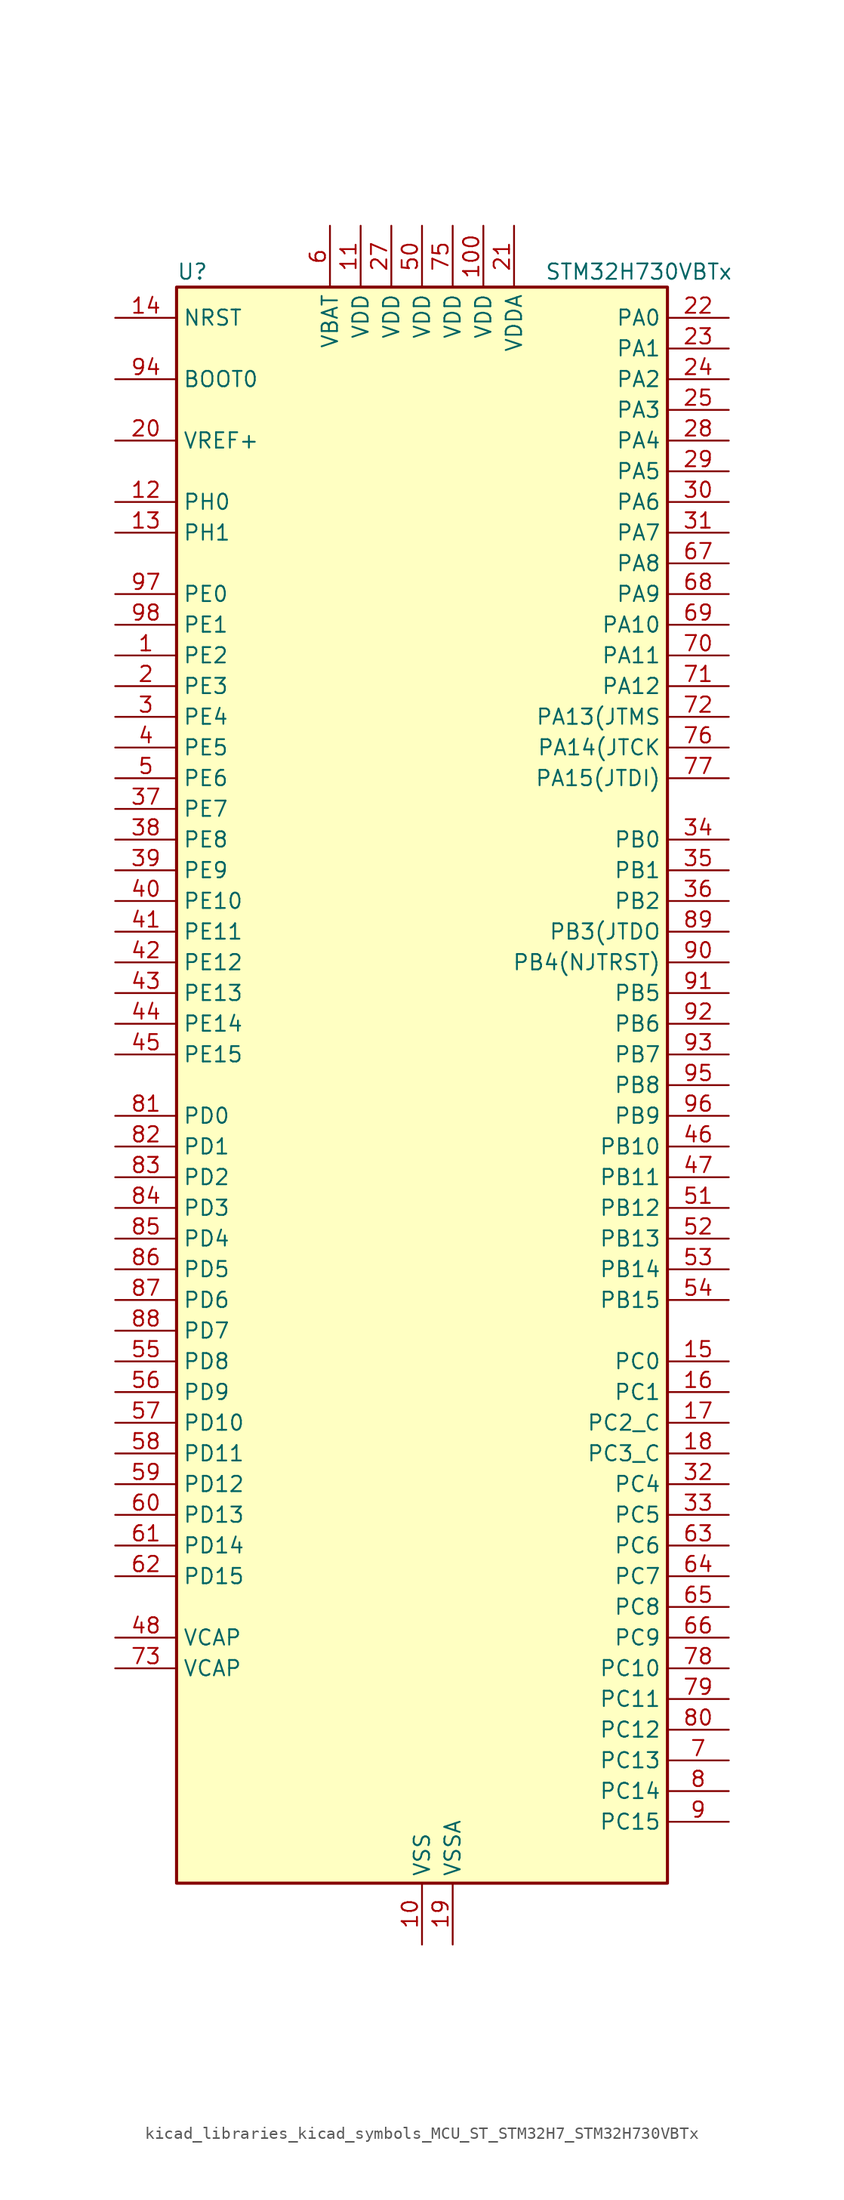
<source format=kicad_sym>
(kicad_symbol_lib
  (version 20220914)
  (generator kicad_symbol_editor)
  (symbol "kicad_libraries_kicad_symbols_MCU_ST_STM32H7_STM32H730VBTx"
    (property "Reference" "U"
      (at -20.32 67.31 0)
      (effects (font (size 1.27 1.27)) (justify left)))
    (property "Value" "STM32H730VBTx"
      (at 10.16 67.31 0)
      (effects (font (size 1.27 1.27)) (justify left)))
    (property "ki_locked" ""
      (at 0 0 0)
      (effects (font (size 1.27 1.27))))
    (symbol "kicad_libraries_kicad_symbols_MCU_ST_STM32H7_STM32H730VBTx_0_1"
      (rectangle (start -20.32 -66.04) (end 20.32 66.04) (stroke (width 0.254) (type default)) (fill (type background))))
    (symbol "kicad_libraries_kicad_symbols_MCU_ST_STM32H7_STM32H730VBTx_1_1"
      (pin bidirectional line (at -25.4 35.56 0) (length 5.08) (name "PE2" (effects (font (size 1.27 1.27)))) (number "1" (effects (font (size 1.27 1.27)))) (alternate "DEBUG_TRACECLK" bidirectional line) (alternate "ETH_TXD3" bidirectional line) (alternate "FMC_A23" bidirectional line) (alternate "OCTOSPIM_P1_IO2" bidirectional line) (alternate "SAI1_CK1" bidirectional line) (alternate "SAI1_MCLK_A" bidirectional line) (alternate "SAI4_CK1" bidirectional line) (alternate "SAI4_MCLK_A" bidirectional line) (alternate "SPI4_SCK" bidirectional line) (alternate "USART10_RX" bidirectional line))
      (pin power_in line (at 0 -71.12 90) (length 5.08) (name "VSS" (effects (font (size 1.27 1.27)))) (number "10" (effects (font (size 1.27 1.27)))))
      (pin power_in line (at 5.08 71.12 270) (length 5.08) (name "VDD" (effects (font (size 1.27 1.27)))) (number "100" (effects (font (size 1.27 1.27)))))
      (pin power_in line (at -5.08 71.12 270) (length 5.08) (name "VDD" (effects (font (size 1.27 1.27)))) (number "11" (effects (font (size 1.27 1.27)))))
      (pin bidirectional line (at -25.4 48.26 0) (length 5.08) (name "PH0" (effects (font (size 1.27 1.27)))) (number "12" (effects (font (size 1.27 1.27)))) (alternate "RCC_OSC_IN" bidirectional line))
      (pin bidirectional line (at -25.4 45.72 0) (length 5.08) (name "PH1" (effects (font (size 1.27 1.27)))) (number "13" (effects (font (size 1.27 1.27)))) (alternate "RCC_OSC_OUT" bidirectional line))
      (pin input line (at -25.4 63.5 0) (length 5.08) (name "NRST" (effects (font (size 1.27 1.27)))) (number "14" (effects (font (size 1.27 1.27)))))
      (pin bidirectional line (at 25.4 -22.86 180) (length 5.08) (name "PC0" (effects (font (size 1.27 1.27)))) (number "15" (effects (font (size 1.27 1.27)))) (alternate "ADC1_INP10" bidirectional line) (alternate "ADC2_INP10" bidirectional line) (alternate "ADC3_INP10" bidirectional line) (alternate "DFSDM1_CKIN0" bidirectional line) (alternate "DFSDM1_DATIN4" bidirectional line) (alternate "FMC_A25" bidirectional line) (alternate "FMC_D12" bidirectional line) (alternate "FMC_DA12" bidirectional line) (alternate "FMC_SDNWE" bidirectional line) (alternate "LTDC_G2" bidirectional line) (alternate "LTDC_R5" bidirectional line) (alternate "SAI4_FS_B" bidirectional line) (alternate "USB_OTG_HS_ULPI_STP" bidirectional line))
      (pin bidirectional line (at 25.4 -25.4 180) (length 5.08) (name "PC1" (effects (font (size 1.27 1.27)))) (number "16" (effects (font (size 1.27 1.27)))) (alternate "ADC1_INN10" bidirectional line) (alternate "ADC1_INP11" bidirectional line) (alternate "ADC2_INN10" bidirectional line) (alternate "ADC2_INP11" bidirectional line) (alternate "ADC3_INN10" bidirectional line) (alternate "ADC3_INP11" bidirectional line) (alternate "DEBUG_TRACED0" bidirectional line) (alternate "DFSDM1_CKIN4" bidirectional line) (alternate "DFSDM1_DATIN0" bidirectional line) (alternate "ETH_MDC" bidirectional line) (alternate "I2S2_SDO" bidirectional line) (alternate "LTDC_G5" bidirectional line) (alternate "MDIOS_MDC" bidirectional line) (alternate "OCTOSPIM_P1_IO4" bidirectional line) (alternate "PWR_WKUP6" bidirectional line) (alternate "RTC_TAMP3" bidirectional line) (alternate "SAI1_D1" bidirectional line) (alternate "SAI1_SD_A" bidirectional line) (alternate "SAI4_D1" bidirectional line) (alternate "SAI4_SD_A" bidirectional line) (alternate "SDMMC2_CK" bidirectional line) (alternate "SPI2_MOSI" bidirectional line))
      (pin bidirectional line (at 25.4 -27.94 180) (length 5.08) (name "PC2_C" (effects (font (size 1.27 1.27)))) (number "17" (effects (font (size 1.27 1.27)))) (alternate "ADC3_INN1" bidirectional line) (alternate "ADC3_INP0" bidirectional line) (alternate "DFSDM1_CKIN1" bidirectional line) (alternate "DFSDM1_CKOUT" bidirectional line) (alternate "ETH_TXD2" bidirectional line) (alternate "FMC_SDNE0" bidirectional line) (alternate "I2S2_SDI" bidirectional line) (alternate "OCTOSPIM_P1_IO2" bidirectional line) (alternate "OCTOSPIM_P1_IO5" bidirectional line) (alternate "PWR_CSTOP" bidirectional line) (alternate "SPI2_MISO" bidirectional line) (alternate "USB_OTG_HS_ULPI_DIR" bidirectional line))
      (pin bidirectional line (at 25.4 -30.48 180) (length 5.08) (name "PC3_C" (effects (font (size 1.27 1.27)))) (number "18" (effects (font (size 1.27 1.27)))) (alternate "ADC3_INP1" bidirectional line) (alternate "DFSDM1_DATIN1" bidirectional line) (alternate "ETH_TX_CLK" bidirectional line) (alternate "FMC_SDCKE0" bidirectional line) (alternate "I2S2_SDO" bidirectional line) (alternate "OCTOSPIM_P1_IO0" bidirectional line) (alternate "OCTOSPIM_P1_IO6" bidirectional line) (alternate "PWR_CSLEEP" bidirectional line) (alternate "SPI2_MOSI" bidirectional line) (alternate "USB_OTG_HS_ULPI_NXT" bidirectional line))
      (pin power_in line (at 2.54 -71.12 90) (length 5.08) (name "VSSA" (effects (font (size 1.27 1.27)))) (number "19" (effects (font (size 1.27 1.27)))))
      (pin bidirectional line (at -25.4 33.02 0) (length 5.08) (name "PE3" (effects (font (size 1.27 1.27)))) (number "2" (effects (font (size 1.27 1.27)))) (alternate "DEBUG_TRACED0" bidirectional line) (alternate "FMC_A19" bidirectional line) (alternate "SAI1_SD_B" bidirectional line) (alternate "SAI4_SD_B" bidirectional line) (alternate "TIM15_BKIN" bidirectional line) (alternate "USART10_TX" bidirectional line))
      (pin input line (at -25.4 53.34 0) (length 5.08) (name "VREF+" (effects (font (size 1.27 1.27)))) (number "20" (effects (font (size 1.27 1.27)))) (alternate "VREFBUF_OUT" bidirectional line))
      (pin power_in line (at 7.62 71.12 270) (length 5.08) (name "VDDA" (effects (font (size 1.27 1.27)))) (number "21" (effects (font (size 1.27 1.27)))))
      (pin bidirectional line (at 25.4 63.5 180) (length 5.08) (name "PA0" (effects (font (size 1.27 1.27)))) (number "22" (effects (font (size 1.27 1.27)))) (alternate "ADC1_INP16" bidirectional line) (alternate "ETH_CRS" bidirectional line) (alternate "FMC_A19" bidirectional line) (alternate "I2S6_WS" bidirectional line) (alternate "PWR_WKUP1" bidirectional line) (alternate "SAI4_SD_B" bidirectional line) (alternate "SDMMC2_CMD" bidirectional line) (alternate "SPI6_NSS" bidirectional line) (alternate "TIM15_BKIN" bidirectional line) (alternate "TIM2_CH1" bidirectional line) (alternate "TIM2_ETR" bidirectional line) (alternate "TIM5_CH1" bidirectional line) (alternate "TIM8_ETR" bidirectional line) (alternate "UART4_TX" bidirectional line) (alternate "USART2_CTS" bidirectional line) (alternate "USART2_NSS" bidirectional line))
      (pin bidirectional line (at 25.4 60.96 180) (length 5.08) (name "PA1" (effects (font (size 1.27 1.27)))) (number "23" (effects (font (size 1.27 1.27)))) (alternate "ADC1_INN16" bidirectional line) (alternate "ADC1_INP17" bidirectional line) (alternate "ETH_REF_CLK" bidirectional line) (alternate "ETH_RX_CLK" bidirectional line) (alternate "LPTIM3_OUT" bidirectional line) (alternate "LTDC_R2" bidirectional line) (alternate "OCTOSPIM_P1_DQS" bidirectional line) (alternate "OCTOSPIM_P1_IO3" bidirectional line) (alternate "SAI4_MCLK_B" bidirectional line) (alternate "TIM15_CH1N" bidirectional line) (alternate "TIM2_CH2" bidirectional line) (alternate "TIM5_CH2" bidirectional line) (alternate "UART4_RX" bidirectional line) (alternate "USART2_DE" bidirectional line) (alternate "USART2_RTS" bidirectional line))
      (pin bidirectional line (at 25.4 58.42 180) (length 5.08) (name "PA2" (effects (font (size 1.27 1.27)))) (number "24" (effects (font (size 1.27 1.27)))) (alternate "ADC1_INP14" bidirectional line) (alternate "ADC2_INP14" bidirectional line) (alternate "ETH_MDIO" bidirectional line) (alternate "LPTIM4_OUT" bidirectional line) (alternate "LTDC_R1" bidirectional line) (alternate "MDIOS_MDIO" bidirectional line) (alternate "OCTOSPIM_P1_IO0" bidirectional line) (alternate "PWR_WKUP2" bidirectional line) (alternate "SAI4_SCK_B" bidirectional line) (alternate "TIM15_CH1" bidirectional line) (alternate "TIM2_CH3" bidirectional line) (alternate "TIM5_CH3" bidirectional line) (alternate "USART2_TX" bidirectional line))
      (pin bidirectional line (at 25.4 55.88 180) (length 5.08) (name "PA3" (effects (font (size 1.27 1.27)))) (number "25" (effects (font (size 1.27 1.27)))) (alternate "ADC1_INP15" bidirectional line) (alternate "ADC2_INP15" bidirectional line) (alternate "ETH_COL" bidirectional line) (alternate "I2S6_MCK" bidirectional line) (alternate "LPTIM5_OUT" bidirectional line) (alternate "LTDC_B2" bidirectional line) (alternate "LTDC_B5" bidirectional line) (alternate "OCTOSPIM_P1_CLK" bidirectional line) (alternate "OCTOSPIM_P1_IO2" bidirectional line) (alternate "TIM15_CH2" bidirectional line) (alternate "TIM2_CH4" bidirectional line) (alternate "TIM5_CH4" bidirectional line) (alternate "USART2_RX" bidirectional line) (alternate "USB_OTG_HS_ULPI_D0" bidirectional line))
      (pin passive line (at 0 -71.12 90) (length 5.08) hide (name "VSS" (effects (font (size 1.27 1.27)))) (number "26" (effects (font (size 1.27 1.27)))))
      (pin power_in line (at -2.54 71.12 270) (length 5.08) (name "VDD" (effects (font (size 1.27 1.27)))) (number "27" (effects (font (size 1.27 1.27)))))
      (pin bidirectional line (at 25.4 53.34 180) (length 5.08) (name "PA4" (effects (font (size 1.27 1.27)))) (number "28" (effects (font (size 1.27 1.27)))) (alternate "ADC1_INP18" bidirectional line) (alternate "ADC2_INP18" bidirectional line) (alternate "DAC1_OUT1" bidirectional line) (alternate "DCMI_HSYNC" bidirectional line) (alternate "FMC_D8" bidirectional line) (alternate "FMC_DA8" bidirectional line) (alternate "I2S1_WS" bidirectional line) (alternate "I2S3_WS" bidirectional line) (alternate "I2S6_WS" bidirectional line) (alternate "LTDC_VSYNC" bidirectional line) (alternate "PSSI_DE" bidirectional line) (alternate "SPI1_NSS" bidirectional line) (alternate "SPI3_NSS" bidirectional line) (alternate "SPI6_NSS" bidirectional line) (alternate "TIM5_ETR" bidirectional line) (alternate "USART2_CK" bidirectional line))
      (pin bidirectional line (at 25.4 50.8 180) (length 5.08) (name "PA5" (effects (font (size 1.27 1.27)))) (number "29" (effects (font (size 1.27 1.27)))) (alternate "ADC1_INN18" bidirectional line) (alternate "ADC1_INP19" bidirectional line) (alternate "ADC2_INN18" bidirectional line) (alternate "ADC2_INP19" bidirectional line) (alternate "DAC1_OUT2" bidirectional line) (alternate "FMC_D9" bidirectional line) (alternate "FMC_DA9" bidirectional line) (alternate "I2S1_CK" bidirectional line) (alternate "I2S6_CK" bidirectional line) (alternate "LTDC_R4" bidirectional line) (alternate "PSSI_D14" bidirectional line) (alternate "PWR_NDSTOP2" bidirectional line) (alternate "SPI1_SCK" bidirectional line) (alternate "SPI6_SCK" bidirectional line) (alternate "TIM2_CH1" bidirectional line) (alternate "TIM2_ETR" bidirectional line) (alternate "TIM8_CH1N" bidirectional line) (alternate "USB_OTG_HS_ULPI_CK" bidirectional line))
      (pin bidirectional line (at -25.4 30.48 0) (length 5.08) (name "PE4" (effects (font (size 1.27 1.27)))) (number "3" (effects (font (size 1.27 1.27)))) (alternate "DCMI_D4" bidirectional line) (alternate "DEBUG_TRACED1" bidirectional line) (alternate "DFSDM1_DATIN3" bidirectional line) (alternate "FMC_A20" bidirectional line) (alternate "LTDC_B0" bidirectional line) (alternate "PSSI_D4" bidirectional line) (alternate "SAI1_D2" bidirectional line) (alternate "SAI1_FS_A" bidirectional line) (alternate "SAI4_D2" bidirectional line) (alternate "SAI4_FS_A" bidirectional line) (alternate "SPI4_NSS" bidirectional line) (alternate "TIM15_CH1N" bidirectional line))
      (pin bidirectional line (at 25.4 48.26 180) (length 5.08) (name "PA6" (effects (font (size 1.27 1.27)))) (number "30" (effects (font (size 1.27 1.27)))) (alternate "ADC1_INP3" bidirectional line) (alternate "ADC2_INP3" bidirectional line) (alternate "DCMI_PIXCLK" bidirectional line) (alternate "I2S1_SDI" bidirectional line) (alternate "I2S6_SDI" bidirectional line) (alternate "LTDC_G2" bidirectional line) (alternate "MDIOS_MDC" bidirectional line) (alternate "OCTOSPIM_P1_IO3" bidirectional line) (alternate "PSSI_PDCK" bidirectional line) (alternate "SPI1_MISO" bidirectional line) (alternate "SPI6_MISO" bidirectional line) (alternate "TIM13_CH1" bidirectional line) (alternate "TIM1_BKIN" bidirectional line) (alternate "TIM1_BKIN_COMP1" bidirectional line) (alternate "TIM1_BKIN_COMP2" bidirectional line) (alternate "TIM3_CH1" bidirectional line) (alternate "TIM8_BKIN" bidirectional line) (alternate "TIM8_BKIN_COMP1" bidirectional line) (alternate "TIM8_BKIN_COMP2" bidirectional line))
      (pin bidirectional line (at 25.4 45.72 180) (length 5.08) (name "PA7" (effects (font (size 1.27 1.27)))) (number "31" (effects (font (size 1.27 1.27)))) (alternate "ADC1_INN3" bidirectional line) (alternate "ADC1_INP7" bidirectional line) (alternate "ADC2_INN3" bidirectional line) (alternate "ADC2_INP7" bidirectional line) (alternate "ETH_CRS_DV" bidirectional line) (alternate "ETH_RX_DV" bidirectional line) (alternate "FMC_SDNWE" bidirectional line) (alternate "I2S1_SDO" bidirectional line) (alternate "I2S6_SDO" bidirectional line) (alternate "LTDC_VSYNC" bidirectional line) (alternate "OCTOSPIM_P1_IO2" bidirectional line) (alternate "OPAMP1_VINM" bidirectional line) (alternate "SPI1_MOSI" bidirectional line) (alternate "SPI6_MOSI" bidirectional line) (alternate "TIM14_CH1" bidirectional line) (alternate "TIM1_CH1N" bidirectional line) (alternate "TIM3_CH2" bidirectional line) (alternate "TIM8_CH1N" bidirectional line))
      (pin bidirectional line (at 25.4 -33.02 180) (length 5.08) (name "PC4" (effects (font (size 1.27 1.27)))) (number "32" (effects (font (size 1.27 1.27)))) (alternate "ADC1_INP4" bidirectional line) (alternate "ADC2_INP4" bidirectional line) (alternate "COMP1_INM" bidirectional line) (alternate "DFSDM1_CKIN2" bidirectional line) (alternate "ETH_RXD0" bidirectional line) (alternate "FMC_A22" bidirectional line) (alternate "FMC_SDNE0" bidirectional line) (alternate "I2S1_MCK" bidirectional line) (alternate "LTDC_R7" bidirectional line) (alternate "OPAMP1_VOUT" bidirectional line) (alternate "SDMMC2_CKIN" bidirectional line) (alternate "SPDIFRX1_IN2" bidirectional line))
      (pin bidirectional line (at 25.4 -35.56 180) (length 5.08) (name "PC5" (effects (font (size 1.27 1.27)))) (number "33" (effects (font (size 1.27 1.27)))) (alternate "ADC1_INN4" bidirectional line) (alternate "ADC1_INP8" bidirectional line) (alternate "ADC2_INN4" bidirectional line) (alternate "ADC2_INP8" bidirectional line) (alternate "COMP1_OUT" bidirectional line) (alternate "DFSDM1_DATIN2" bidirectional line) (alternate "ETH_RXD1" bidirectional line) (alternate "FMC_SDCKE0" bidirectional line) (alternate "LTDC_DE" bidirectional line) (alternate "OCTOSPIM_P1_DQS" bidirectional line) (alternate "OPAMP1_VINM" bidirectional line) (alternate "PSSI_D15" bidirectional line) (alternate "SAI1_D3" bidirectional line) (alternate "SAI4_D3" bidirectional line) (alternate "SPDIFRX1_IN3" bidirectional line))
      (pin bidirectional line (at 25.4 20.32 180) (length 5.08) (name "PB0" (effects (font (size 1.27 1.27)))) (number "34" (effects (font (size 1.27 1.27)))) (alternate "ADC1_INN5" bidirectional line) (alternate "ADC1_INP9" bidirectional line) (alternate "ADC2_INN5" bidirectional line) (alternate "ADC2_INP9" bidirectional line) (alternate "COMP1_INP" bidirectional line) (alternate "DFSDM1_CKOUT" bidirectional line) (alternate "ETH_RXD2" bidirectional line) (alternate "LTDC_G1" bidirectional line) (alternate "LTDC_R3" bidirectional line) (alternate "OCTOSPIM_P1_IO1" bidirectional line) (alternate "OPAMP1_VINP" bidirectional line) (alternate "TIM1_CH2N" bidirectional line) (alternate "TIM3_CH3" bidirectional line) (alternate "TIM8_CH2N" bidirectional line) (alternate "UART4_CTS" bidirectional line) (alternate "USB_OTG_HS_ULPI_D1" bidirectional line))
      (pin bidirectional line (at 25.4 17.78 180) (length 5.08) (name "PB1" (effects (font (size 1.27 1.27)))) (number "35" (effects (font (size 1.27 1.27)))) (alternate "ADC1_INP5" bidirectional line) (alternate "ADC2_INP5" bidirectional line) (alternate "COMP1_INM" bidirectional line) (alternate "DFSDM1_DATIN1" bidirectional line) (alternate "ETH_RXD3" bidirectional line) (alternate "LTDC_G0" bidirectional line) (alternate "LTDC_R6" bidirectional line) (alternate "OCTOSPIM_P1_IO0" bidirectional line) (alternate "TIM1_CH3N" bidirectional line) (alternate "TIM3_CH4" bidirectional line) (alternate "TIM8_CH3N" bidirectional line) (alternate "USB_OTG_HS_ULPI_D2" bidirectional line))
      (pin bidirectional line (at 25.4 15.24 180) (length 5.08) (name "PB2" (effects (font (size 1.27 1.27)))) (number "36" (effects (font (size 1.27 1.27)))) (alternate "COMP1_INP" bidirectional line) (alternate "DFSDM1_CKIN1" bidirectional line) (alternate "ETH_TX_ER" bidirectional line) (alternate "I2S3_SDO" bidirectional line) (alternate "OCTOSPIM_P1_CLK" bidirectional line) (alternate "OCTOSPIM_P1_DQS" bidirectional line) (alternate "RTC_OUT_ALARM" bidirectional line) (alternate "RTC_OUT_CALIB" bidirectional line) (alternate "SAI1_D1" bidirectional line) (alternate "SAI1_SD_A" bidirectional line) (alternate "SAI4_D1" bidirectional line) (alternate "SAI4_SD_A" bidirectional line) (alternate "SPI3_MOSI" bidirectional line) (alternate "TIM23_ETR" bidirectional line))
      (pin bidirectional line (at -25.4 22.86 0) (length 5.08) (name "PE7" (effects (font (size 1.27 1.27)))) (number "37" (effects (font (size 1.27 1.27)))) (alternate "COMP2_INM" bidirectional line) (alternate "DFSDM1_DATIN2" bidirectional line) (alternate "FMC_D4" bidirectional line) (alternate "FMC_DA4" bidirectional line) (alternate "OCTOSPIM_P1_IO4" bidirectional line) (alternate "OPAMP2_VOUT" bidirectional line) (alternate "TIM1_ETR" bidirectional line) (alternate "UART7_RX" bidirectional line))
      (pin bidirectional line (at -25.4 20.32 0) (length 5.08) (name "PE8" (effects (font (size 1.27 1.27)))) (number "38" (effects (font (size 1.27 1.27)))) (alternate "COMP2_OUT" bidirectional line) (alternate "DFSDM1_CKIN2" bidirectional line) (alternate "FMC_D5" bidirectional line) (alternate "FMC_DA5" bidirectional line) (alternate "OCTOSPIM_P1_IO5" bidirectional line) (alternate "OPAMP2_VINM" bidirectional line) (alternate "TIM1_CH1N" bidirectional line) (alternate "UART7_TX" bidirectional line))
      (pin bidirectional line (at -25.4 17.78 0) (length 5.08) (name "PE9" (effects (font (size 1.27 1.27)))) (number "39" (effects (font (size 1.27 1.27)))) (alternate "COMP2_INP" bidirectional line) (alternate "DAC1_EXTI9" bidirectional line) (alternate "DFSDM1_CKOUT" bidirectional line) (alternate "FMC_D6" bidirectional line) (alternate "FMC_DA6" bidirectional line) (alternate "OCTOSPIM_P1_IO6" bidirectional line) (alternate "OPAMP2_VINP" bidirectional line) (alternate "TIM1_CH1" bidirectional line) (alternate "UART7_DE" bidirectional line) (alternate "UART7_RTS" bidirectional line))
      (pin bidirectional line (at -25.4 27.94 0) (length 5.08) (name "PE5" (effects (font (size 1.27 1.27)))) (number "4" (effects (font (size 1.27 1.27)))) (alternate "DCMI_D6" bidirectional line) (alternate "DEBUG_TRACED2" bidirectional line) (alternate "DFSDM1_CKIN3" bidirectional line) (alternate "FMC_A21" bidirectional line) (alternate "LTDC_G0" bidirectional line) (alternate "PSSI_D6" bidirectional line) (alternate "SAI1_CK2" bidirectional line) (alternate "SAI1_SCK_A" bidirectional line) (alternate "SAI4_CK2" bidirectional line) (alternate "SAI4_SCK_A" bidirectional line) (alternate "SPI4_MISO" bidirectional line) (alternate "TIM15_CH1" bidirectional line))
      (pin bidirectional line (at -25.4 15.24 0) (length 5.08) (name "PE10" (effects (font (size 1.27 1.27)))) (number "40" (effects (font (size 1.27 1.27)))) (alternate "COMP2_INM" bidirectional line) (alternate "DFSDM1_DATIN4" bidirectional line) (alternate "FMC_D7" bidirectional line) (alternate "FMC_DA7" bidirectional line) (alternate "OCTOSPIM_P1_IO7" bidirectional line) (alternate "TIM1_CH2N" bidirectional line) (alternate "UART7_CTS" bidirectional line))
      (pin bidirectional line (at -25.4 12.7 0) (length 5.08) (name "PE11" (effects (font (size 1.27 1.27)))) (number "41" (effects (font (size 1.27 1.27)))) (alternate "ADC1_EXTI11" bidirectional line) (alternate "ADC2_EXTI11" bidirectional line) (alternate "ADC3_EXTI11" bidirectional line) (alternate "COMP2_INP" bidirectional line) (alternate "DFSDM1_CKIN4" bidirectional line) (alternate "FMC_D8" bidirectional line) (alternate "FMC_DA8" bidirectional line) (alternate "LTDC_G3" bidirectional line) (alternate "OCTOSPIM_P1_NCS" bidirectional line) (alternate "SAI4_SD_B" bidirectional line) (alternate "SPI4_NSS" bidirectional line) (alternate "TIM1_CH2" bidirectional line))
      (pin bidirectional line (at -25.4 10.16 0) (length 5.08) (name "PE12" (effects (font (size 1.27 1.27)))) (number "42" (effects (font (size 1.27 1.27)))) (alternate "COMP1_OUT" bidirectional line) (alternate "DFSDM1_DATIN5" bidirectional line) (alternate "FMC_D9" bidirectional line) (alternate "FMC_DA9" bidirectional line) (alternate "LTDC_B4" bidirectional line) (alternate "SAI4_SCK_B" bidirectional line) (alternate "SPI4_SCK" bidirectional line) (alternate "TIM1_CH3N" bidirectional line))
      (pin bidirectional line (at -25.4 7.62 0) (length 5.08) (name "PE13" (effects (font (size 1.27 1.27)))) (number "43" (effects (font (size 1.27 1.27)))) (alternate "COMP2_OUT" bidirectional line) (alternate "DFSDM1_CKIN5" bidirectional line) (alternate "FMC_D10" bidirectional line) (alternate "FMC_DA10" bidirectional line) (alternate "LTDC_DE" bidirectional line) (alternate "SAI4_FS_B" bidirectional line) (alternate "SPI4_MISO" bidirectional line) (alternate "TIM1_CH3" bidirectional line))
      (pin bidirectional line (at -25.4 5.08 0) (length 5.08) (name "PE14" (effects (font (size 1.27 1.27)))) (number "44" (effects (font (size 1.27 1.27)))) (alternate "FMC_D11" bidirectional line) (alternate "FMC_DA11" bidirectional line) (alternate "LTDC_CLK" bidirectional line) (alternate "SAI4_MCLK_B" bidirectional line) (alternate "SPI4_MOSI" bidirectional line) (alternate "TIM1_CH4" bidirectional line))
      (pin bidirectional line (at -25.4 2.54 0) (length 5.08) (name "PE15" (effects (font (size 1.27 1.27)))) (number "45" (effects (font (size 1.27 1.27)))) (alternate "ADC1_EXTI15" bidirectional line) (alternate "ADC2_EXTI15" bidirectional line) (alternate "ADC3_EXTI15" bidirectional line) (alternate "FMC_D12" bidirectional line) (alternate "FMC_DA12" bidirectional line) (alternate "LTDC_R7" bidirectional line) (alternate "TIM1_BKIN" bidirectional line) (alternate "TIM1_BKIN_COMP1" bidirectional line) (alternate "TIM1_BKIN_COMP2" bidirectional line) (alternate "USART10_CK" bidirectional line))
      (pin bidirectional line (at 25.4 -5.08 180) (length 5.08) (name "PB10" (effects (font (size 1.27 1.27)))) (number "46" (effects (font (size 1.27 1.27)))) (alternate "DFSDM1_DATIN7" bidirectional line) (alternate "ETH_RX_ER" bidirectional line) (alternate "I2C2_SCL" bidirectional line) (alternate "I2S2_CK" bidirectional line) (alternate "LPTIM2_IN1" bidirectional line) (alternate "LTDC_G4" bidirectional line) (alternate "OCTOSPIM_P1_NCS" bidirectional line) (alternate "SPI2_SCK" bidirectional line) (alternate "TIM2_CH3" bidirectional line) (alternate "USART3_TX" bidirectional line) (alternate "USB_OTG_HS_ULPI_D3" bidirectional line))
      (pin bidirectional line (at 25.4 -7.62 180) (length 5.08) (name "PB11" (effects (font (size 1.27 1.27)))) (number "47" (effects (font (size 1.27 1.27)))) (alternate "ADC1_EXTI11" bidirectional line) (alternate "ADC2_EXTI11" bidirectional line) (alternate "ADC3_EXTI11" bidirectional line) (alternate "DFSDM1_CKIN7" bidirectional line) (alternate "ETH_TX_EN" bidirectional line) (alternate "I2C2_SDA" bidirectional line) (alternate "LPTIM2_ETR" bidirectional line) (alternate "LTDC_G5" bidirectional line) (alternate "TIM2_CH4" bidirectional line) (alternate "USART3_RX" bidirectional line) (alternate "USB_OTG_HS_ULPI_D4" bidirectional line))
      (pin power_out line (at -25.4 -45.72 0) (length 5.08) (name "VCAP" (effects (font (size 1.27 1.27)))) (number "48" (effects (font (size 1.27 1.27)))))
      (pin passive line (at 0 -71.12 90) (length 5.08) hide (name "VSS" (effects (font (size 1.27 1.27)))) (number "49" (effects (font (size 1.27 1.27)))))
      (pin bidirectional line (at -25.4 25.4 0) (length 5.08) (name "PE6" (effects (font (size 1.27 1.27)))) (number "5" (effects (font (size 1.27 1.27)))) (alternate "DCMI_D7" bidirectional line) (alternate "DEBUG_TRACED3" bidirectional line) (alternate "FMC_A22" bidirectional line) (alternate "LTDC_G1" bidirectional line) (alternate "PSSI_D7" bidirectional line) (alternate "SAI1_D1" bidirectional line) (alternate "SAI1_SD_A" bidirectional line) (alternate "SAI4_D1" bidirectional line) (alternate "SAI4_MCLK_B" bidirectional line) (alternate "SAI4_SD_A" bidirectional line) (alternate "SPI4_MOSI" bidirectional line) (alternate "TIM15_CH2" bidirectional line) (alternate "TIM1_BKIN2" bidirectional line) (alternate "TIM1_BKIN2_COMP1" bidirectional line) (alternate "TIM1_BKIN2_COMP2" bidirectional line))
      (pin power_in line (at 0 71.12 270) (length 5.08) (name "VDD" (effects (font (size 1.27 1.27)))) (number "50" (effects (font (size 1.27 1.27)))))
      (pin bidirectional line (at 25.4 -10.16 180) (length 5.08) (name "PB12" (effects (font (size 1.27 1.27)))) (number "51" (effects (font (size 1.27 1.27)))) (alternate "DFSDM1_DATIN1" bidirectional line) (alternate "ETH_TXD0" bidirectional line) (alternate "FDCAN2_RX" bidirectional line) (alternate "I2C2_SMBA" bidirectional line) (alternate "I2S2_WS" bidirectional line) (alternate "OCTOSPIM_P1_IO0" bidirectional line) (alternate "OCTOSPIM_P1_NCLK" bidirectional line) (alternate "SPI2_NSS" bidirectional line) (alternate "TIM1_BKIN" bidirectional line) (alternate "TIM1_BKIN_COMP1" bidirectional line) (alternate "TIM1_BKIN_COMP2" bidirectional line) (alternate "UART5_RX" bidirectional line) (alternate "USART3_CK" bidirectional line) (alternate "USB_OTG_HS_ULPI_D5" bidirectional line))
      (pin bidirectional line (at 25.4 -12.7 180) (length 5.08) (name "PB13" (effects (font (size 1.27 1.27)))) (number "52" (effects (font (size 1.27 1.27)))) (alternate "DCMI_D2" bidirectional line) (alternate "DFSDM1_CKIN1" bidirectional line) (alternate "ETH_TXD1" bidirectional line) (alternate "FDCAN2_TX" bidirectional line) (alternate "I2S2_CK" bidirectional line) (alternate "LPTIM2_OUT" bidirectional line) (alternate "OCTOSPIM_P1_IO2" bidirectional line) (alternate "PSSI_D2" bidirectional line) (alternate "SDMMC1_D0" bidirectional line) (alternate "SPI2_SCK" bidirectional line) (alternate "TIM1_CH1N" bidirectional line) (alternate "UART5_TX" bidirectional line) (alternate "USART3_CTS" bidirectional line) (alternate "USART3_NSS" bidirectional line) (alternate "USB_OTG_HS_ULPI_D6" bidirectional line))
      (pin bidirectional line (at 25.4 -15.24 180) (length 5.08) (name "PB14" (effects (font (size 1.27 1.27)))) (number "53" (effects (font (size 1.27 1.27)))) (alternate "DFSDM1_DATIN2" bidirectional line) (alternate "FMC_D10" bidirectional line) (alternate "FMC_DA10" bidirectional line) (alternate "I2S2_SDI" bidirectional line) (alternate "LTDC_CLK" bidirectional line) (alternate "SDMMC2_D0" bidirectional line) (alternate "SPI2_MISO" bidirectional line) (alternate "TIM12_CH1" bidirectional line) (alternate "TIM1_CH2N" bidirectional line) (alternate "TIM8_CH2N" bidirectional line) (alternate "UART4_DE" bidirectional line) (alternate "UART4_RTS" bidirectional line) (alternate "USART1_TX" bidirectional line) (alternate "USART3_DE" bidirectional line) (alternate "USART3_RTS" bidirectional line))
      (pin bidirectional line (at 25.4 -17.78 180) (length 5.08) (name "PB15" (effects (font (size 1.27 1.27)))) (number "54" (effects (font (size 1.27 1.27)))) (alternate "ADC1_EXTI15" bidirectional line) (alternate "ADC2_EXTI15" bidirectional line) (alternate "ADC3_EXTI15" bidirectional line) (alternate "DFSDM1_CKIN2" bidirectional line) (alternate "FMC_D11" bidirectional line) (alternate "FMC_DA11" bidirectional line) (alternate "I2S2_SDO" bidirectional line) (alternate "LTDC_G7" bidirectional line) (alternate "RTC_REFIN" bidirectional line) (alternate "SDMMC2_D1" bidirectional line) (alternate "SPI2_MOSI" bidirectional line) (alternate "TIM12_CH2" bidirectional line) (alternate "TIM1_CH3N" bidirectional line) (alternate "TIM8_CH3N" bidirectional line) (alternate "UART4_CTS" bidirectional line) (alternate "USART1_RX" bidirectional line))
      (pin bidirectional line (at -25.4 -22.86 0) (length 5.08) (name "PD8" (effects (font (size 1.27 1.27)))) (number "55" (effects (font (size 1.27 1.27)))) (alternate "DFSDM1_CKIN3" bidirectional line) (alternate "FMC_D13" bidirectional line) (alternate "FMC_DA13" bidirectional line) (alternate "SPDIFRX1_IN1" bidirectional line) (alternate "USART3_TX" bidirectional line))
      (pin bidirectional line (at -25.4 -25.4 0) (length 5.08) (name "PD9" (effects (font (size 1.27 1.27)))) (number "56" (effects (font (size 1.27 1.27)))) (alternate "DAC1_EXTI9" bidirectional line) (alternate "DFSDM1_DATIN3" bidirectional line) (alternate "FMC_D14" bidirectional line) (alternate "FMC_DA14" bidirectional line) (alternate "USART3_RX" bidirectional line))
      (pin bidirectional line (at -25.4 -27.94 0) (length 5.08) (name "PD10" (effects (font (size 1.27 1.27)))) (number "57" (effects (font (size 1.27 1.27)))) (alternate "DFSDM1_CKOUT" bidirectional line) (alternate "FMC_D15" bidirectional line) (alternate "FMC_DA15" bidirectional line) (alternate "LTDC_B3" bidirectional line) (alternate "USART3_CK" bidirectional line))
      (pin bidirectional line (at -25.4 -30.48 0) (length 5.08) (name "PD11" (effects (font (size 1.27 1.27)))) (number "58" (effects (font (size 1.27 1.27)))) (alternate "ADC1_EXTI11" bidirectional line) (alternate "ADC2_EXTI11" bidirectional line) (alternate "ADC3_EXTI11" bidirectional line) (alternate "FMC_A16" bidirectional line) (alternate "FMC_CLE" bidirectional line) (alternate "I2C4_SMBA" bidirectional line) (alternate "LPTIM2_IN2" bidirectional line) (alternate "OCTOSPIM_P1_IO0" bidirectional line) (alternate "SAI4_SD_A" bidirectional line) (alternate "USART3_CTS" bidirectional line) (alternate "USART3_NSS" bidirectional line))
      (pin bidirectional line (at -25.4 -33.02 0) (length 5.08) (name "PD12" (effects (font (size 1.27 1.27)))) (number "59" (effects (font (size 1.27 1.27)))) (alternate "DCMI_D12" bidirectional line) (alternate "FDCAN3_RX" bidirectional line) (alternate "FMC_A17" bidirectional line) (alternate "FMC_ALE" bidirectional line) (alternate "I2C4_SCL" bidirectional line) (alternate "LPTIM1_IN1" bidirectional line) (alternate "LPTIM2_IN1" bidirectional line) (alternate "OCTOSPIM_P1_IO1" bidirectional line) (alternate "PSSI_D12" bidirectional line) (alternate "SAI4_FS_A" bidirectional line) (alternate "TIM4_CH1" bidirectional line) (alternate "USART3_DE" bidirectional line) (alternate "USART3_RTS" bidirectional line))
      (pin power_in line (at -7.62 71.12 270) (length 5.08) (name "VBAT" (effects (font (size 1.27 1.27)))) (number "6" (effects (font (size 1.27 1.27)))))
      (pin bidirectional line (at -25.4 -35.56 0) (length 5.08) (name "PD13" (effects (font (size 1.27 1.27)))) (number "60" (effects (font (size 1.27 1.27)))) (alternate "DCMI_D13" bidirectional line) (alternate "FDCAN3_TX" bidirectional line) (alternate "FMC_A18" bidirectional line) (alternate "I2C4_SDA" bidirectional line) (alternate "LPTIM1_OUT" bidirectional line) (alternate "OCTOSPIM_P1_IO3" bidirectional line) (alternate "PSSI_D13" bidirectional line) (alternate "SAI4_SCK_A" bidirectional line) (alternate "TIM4_CH2" bidirectional line) (alternate "UART9_DE" bidirectional line) (alternate "UART9_RTS" bidirectional line))
      (pin bidirectional line (at -25.4 -38.1 0) (length 5.08) (name "PD14" (effects (font (size 1.27 1.27)))) (number "61" (effects (font (size 1.27 1.27)))) (alternate "FMC_D0" bidirectional line) (alternate "FMC_DA0" bidirectional line) (alternate "TIM4_CH3" bidirectional line) (alternate "UART8_CTS" bidirectional line) (alternate "UART9_RX" bidirectional line))
      (pin bidirectional line (at -25.4 -40.64 0) (length 5.08) (name "PD15" (effects (font (size 1.27 1.27)))) (number "62" (effects (font (size 1.27 1.27)))) (alternate "ADC1_EXTI15" bidirectional line) (alternate "ADC2_EXTI15" bidirectional line) (alternate "ADC3_EXTI15" bidirectional line) (alternate "FMC_D1" bidirectional line) (alternate "FMC_DA1" bidirectional line) (alternate "TIM4_CH4" bidirectional line) (alternate "UART8_DE" bidirectional line) (alternate "UART8_RTS" bidirectional line) (alternate "UART9_TX" bidirectional line))
      (pin bidirectional line (at 25.4 -38.1 180) (length 5.08) (name "PC6" (effects (font (size 1.27 1.27)))) (number "63" (effects (font (size 1.27 1.27)))) (alternate "DCMI_D0" bidirectional line) (alternate "DFSDM1_CKIN3" bidirectional line) (alternate "FMC_NWAIT" bidirectional line) (alternate "I2S2_MCK" bidirectional line) (alternate "LTDC_HSYNC" bidirectional line) (alternate "PSSI_D0" bidirectional line) (alternate "SDMMC1_D0DIR" bidirectional line) (alternate "SDMMC1_D6" bidirectional line) (alternate "SDMMC2_D6" bidirectional line) (alternate "SWPMI1_IO" bidirectional line) (alternate "TIM3_CH1" bidirectional line) (alternate "TIM8_CH1" bidirectional line) (alternate "USART6_TX" bidirectional line))
      (pin bidirectional line (at 25.4 -40.64 180) (length 5.08) (name "PC7" (effects (font (size 1.27 1.27)))) (number "64" (effects (font (size 1.27 1.27)))) (alternate "DCMI_D1" bidirectional line) (alternate "DEBUG_TRGIO" bidirectional line) (alternate "DFSDM1_DATIN3" bidirectional line) (alternate "FMC_NE1" bidirectional line) (alternate "I2S3_MCK" bidirectional line) (alternate "LTDC_G6" bidirectional line) (alternate "PSSI_D1" bidirectional line) (alternate "SDMMC1_D123DIR" bidirectional line) (alternate "SDMMC1_D7" bidirectional line) (alternate "SDMMC2_D7" bidirectional line) (alternate "SWPMI1_TX" bidirectional line) (alternate "TIM3_CH2" bidirectional line) (alternate "TIM8_CH2" bidirectional line) (alternate "USART6_RX" bidirectional line))
      (pin bidirectional line (at 25.4 -43.18 180) (length 5.08) (name "PC8" (effects (font (size 1.27 1.27)))) (number "65" (effects (font (size 1.27 1.27)))) (alternate "DCMI_D2" bidirectional line) (alternate "DEBUG_TRACED1" bidirectional line) (alternate "FMC_INT" bidirectional line) (alternate "FMC_NCE" bidirectional line) (alternate "FMC_NE2" bidirectional line) (alternate "PSSI_D2" bidirectional line) (alternate "SDMMC1_D0" bidirectional line) (alternate "SWPMI1_RX" bidirectional line) (alternate "TIM3_CH3" bidirectional line) (alternate "TIM8_CH3" bidirectional line) (alternate "UART5_DE" bidirectional line) (alternate "UART5_RTS" bidirectional line) (alternate "USART6_CK" bidirectional line))
      (pin bidirectional line (at 25.4 -45.72 180) (length 5.08) (name "PC9" (effects (font (size 1.27 1.27)))) (number "66" (effects (font (size 1.27 1.27)))) (alternate "DAC1_EXTI9" bidirectional line) (alternate "DCMI_D3" bidirectional line) (alternate "I2C3_SDA" bidirectional line) (alternate "I2C5_SDA" bidirectional line) (alternate "I2S_CKIN" bidirectional line) (alternate "LTDC_B2" bidirectional line) (alternate "LTDC_G3" bidirectional line) (alternate "OCTOSPIM_P1_IO0" bidirectional line) (alternate "PSSI_D3" bidirectional line) (alternate "RCC_MCO_2" bidirectional line) (alternate "SDMMC1_D1" bidirectional line) (alternate "SWPMI1_SUSPEND" bidirectional line) (alternate "TIM3_CH4" bidirectional line) (alternate "TIM8_CH4" bidirectional line) (alternate "UART5_CTS" bidirectional line))
      (pin bidirectional line (at 25.4 43.18 180) (length 5.08) (name "PA8" (effects (font (size 1.27 1.27)))) (number "67" (effects (font (size 1.27 1.27)))) (alternate "I2C3_SCL" bidirectional line) (alternate "I2C5_SCL" bidirectional line) (alternate "LTDC_B3" bidirectional line) (alternate "LTDC_R6" bidirectional line) (alternate "RCC_MCO_1" bidirectional line) (alternate "TIM1_CH1" bidirectional line) (alternate "TIM8_BKIN2" bidirectional line) (alternate "TIM8_BKIN2_COMP1" bidirectional line) (alternate "TIM8_BKIN2_COMP2" bidirectional line) (alternate "UART7_RX" bidirectional line) (alternate "USART1_CK" bidirectional line) (alternate "USB_OTG_HS_SOF" bidirectional line))
      (pin bidirectional line (at 25.4 40.64 180) (length 5.08) (name "PA9" (effects (font (size 1.27 1.27)))) (number "68" (effects (font (size 1.27 1.27)))) (alternate "DAC1_EXTI9" bidirectional line) (alternate "DCMI_D0" bidirectional line) (alternate "ETH_TX_ER" bidirectional line) (alternate "I2C3_SMBA" bidirectional line) (alternate "I2C5_SMBA" bidirectional line) (alternate "I2S2_CK" bidirectional line) (alternate "LPUART1_TX" bidirectional line) (alternate "LTDC_R5" bidirectional line) (alternate "PSSI_D0" bidirectional line) (alternate "SPI2_SCK" bidirectional line) (alternate "TIM1_CH2" bidirectional line) (alternate "USART1_TX" bidirectional line) (alternate "USB_OTG_HS_VBUS" bidirectional line))
      (pin bidirectional line (at 25.4 38.1 180) (length 5.08) (name "PA10" (effects (font (size 1.27 1.27)))) (number "69" (effects (font (size 1.27 1.27)))) (alternate "DCMI_D1" bidirectional line) (alternate "LPUART1_RX" bidirectional line) (alternate "LTDC_B1" bidirectional line) (alternate "LTDC_B4" bidirectional line) (alternate "MDIOS_MDIO" bidirectional line) (alternate "PSSI_D1" bidirectional line) (alternate "TIM1_CH3" bidirectional line) (alternate "USART1_RX" bidirectional line) (alternate "USB_OTG_HS_ID" bidirectional line))
      (pin bidirectional line (at 25.4 -55.88 180) (length 5.08) (name "PC13" (effects (font (size 1.27 1.27)))) (number "7" (effects (font (size 1.27 1.27)))) (alternate "PWR_WKUP4" bidirectional line) (alternate "RTC_OUT_ALARM" bidirectional line) (alternate "RTC_OUT_CALIB" bidirectional line) (alternate "RTC_TAMP1" bidirectional line) (alternate "RTC_TS" bidirectional line))
      (pin bidirectional line (at 25.4 35.56 180) (length 5.08) (name "PA11" (effects (font (size 1.27 1.27)))) (number "70" (effects (font (size 1.27 1.27)))) (alternate "ADC1_EXTI11" bidirectional line) (alternate "ADC2_EXTI11" bidirectional line) (alternate "ADC3_EXTI11" bidirectional line) (alternate "FDCAN1_RX" bidirectional line) (alternate "I2S2_WS" bidirectional line) (alternate "LPUART1_CTS" bidirectional line) (alternate "LTDC_R4" bidirectional line) (alternate "SPI2_NSS" bidirectional line) (alternate "TIM1_CH4" bidirectional line) (alternate "UART4_RX" bidirectional line) (alternate "USART1_CTS" bidirectional line) (alternate "USART1_NSS" bidirectional line) (alternate "USB_OTG_HS_DM" bidirectional line))
      (pin bidirectional line (at 25.4 33.02 180) (length 5.08) (name "PA12" (effects (font (size 1.27 1.27)))) (number "71" (effects (font (size 1.27 1.27)))) (alternate "FDCAN1_TX" bidirectional line) (alternate "I2S2_CK" bidirectional line) (alternate "LPUART1_DE" bidirectional line) (alternate "LPUART1_RTS" bidirectional line) (alternate "LTDC_R5" bidirectional line) (alternate "SAI4_FS_B" bidirectional line) (alternate "SPI2_SCK" bidirectional line) (alternate "TIM1_BKIN2" bidirectional line) (alternate "TIM1_ETR" bidirectional line) (alternate "UART4_TX" bidirectional line) (alternate "USART1_DE" bidirectional line) (alternate "USART1_RTS" bidirectional line) (alternate "USB_OTG_HS_DP" bidirectional line))
      (pin bidirectional line (at 25.4 30.48 180) (length 5.08) (name "PA13(JTMS" (effects (font (size 1.27 1.27)))) (number "72" (effects (font (size 1.27 1.27)))) (alternate "DEBUG_JTMS-SWDIO" bidirectional line))
      (pin power_out line (at -25.4 -48.26 0) (length 5.08) (name "VCAP" (effects (font (size 1.27 1.27)))) (number "73" (effects (font (size 1.27 1.27)))))
      (pin passive line (at 0 -71.12 90) (length 5.08) hide (name "VSS" (effects (font (size 1.27 1.27)))) (number "74" (effects (font (size 1.27 1.27)))))
      (pin power_in line (at 2.54 71.12 270) (length 5.08) (name "VDD" (effects (font (size 1.27 1.27)))) (number "75" (effects (font (size 1.27 1.27)))))
      (pin bidirectional line (at 25.4 27.94 180) (length 5.08) (name "PA14(JTCK" (effects (font (size 1.27 1.27)))) (number "76" (effects (font (size 1.27 1.27)))) (alternate "DEBUG_JTCK-SWCLK" bidirectional line))
      (pin bidirectional line (at 25.4 25.4 180) (length 5.08) (name "PA15(JTDI)" (effects (font (size 1.27 1.27)))) (number "77" (effects (font (size 1.27 1.27)))) (alternate "ADC1_EXTI15" bidirectional line) (alternate "ADC2_EXTI15" bidirectional line) (alternate "ADC3_EXTI15" bidirectional line) (alternate "CEC" bidirectional line) (alternate "DEBUG_JTDI" bidirectional line) (alternate "I2S1_WS" bidirectional line) (alternate "I2S3_WS" bidirectional line) (alternate "I2S6_WS" bidirectional line) (alternate "LTDC_B6" bidirectional line) (alternate "LTDC_R3" bidirectional line) (alternate "SPI1_NSS" bidirectional line) (alternate "SPI3_NSS" bidirectional line) (alternate "SPI6_NSS" bidirectional line) (alternate "TIM2_CH1" bidirectional line) (alternate "TIM2_ETR" bidirectional line) (alternate "UART4_DE" bidirectional line) (alternate "UART4_RTS" bidirectional line) (alternate "UART7_TX" bidirectional line))
      (pin bidirectional line (at 25.4 -48.26 180) (length 5.08) (name "PC10" (effects (font (size 1.27 1.27)))) (number "78" (effects (font (size 1.27 1.27)))) (alternate "DCMI_D8" bidirectional line) (alternate "DFSDM1_CKIN5" bidirectional line) (alternate "I2C5_SDA" bidirectional line) (alternate "I2S3_CK" bidirectional line) (alternate "LTDC_B1" bidirectional line) (alternate "LTDC_R2" bidirectional line) (alternate "OCTOSPIM_P1_IO1" bidirectional line) (alternate "PSSI_D8" bidirectional line) (alternate "SDMMC1_D2" bidirectional line) (alternate "SPI3_SCK" bidirectional line) (alternate "SWPMI1_RX" bidirectional line) (alternate "UART4_TX" bidirectional line) (alternate "USART3_TX" bidirectional line))
      (pin bidirectional line (at 25.4 -50.8 180) (length 5.08) (name "PC11" (effects (font (size 1.27 1.27)))) (number "79" (effects (font (size 1.27 1.27)))) (alternate "ADC1_EXTI11" bidirectional line) (alternate "ADC2_EXTI11" bidirectional line) (alternate "ADC3_EXTI11" bidirectional line) (alternate "DCMI_D4" bidirectional line) (alternate "DFSDM1_DATIN5" bidirectional line) (alternate "I2C5_SCL" bidirectional line) (alternate "I2S3_SDI" bidirectional line) (alternate "LTDC_B4" bidirectional line) (alternate "OCTOSPIM_P1_NCS" bidirectional line) (alternate "PSSI_D4" bidirectional line) (alternate "SDMMC1_D3" bidirectional line) (alternate "SPI3_MISO" bidirectional line) (alternate "UART4_RX" bidirectional line) (alternate "USART3_RX" bidirectional line))
      (pin bidirectional line (at 25.4 -58.42 180) (length 5.08) (name "PC14" (effects (font (size 1.27 1.27)))) (number "8" (effects (font (size 1.27 1.27)))) (alternate "RCC_OSC32_IN" bidirectional line))
      (pin bidirectional line (at 25.4 -53.34 180) (length 5.08) (name "PC12" (effects (font (size 1.27 1.27)))) (number "80" (effects (font (size 1.27 1.27)))) (alternate "DCMI_D9" bidirectional line) (alternate "DEBUG_TRACED3" bidirectional line) (alternate "FMC_D6" bidirectional line) (alternate "FMC_DA6" bidirectional line) (alternate "I2C5_SMBA" bidirectional line) (alternate "I2S3_SDO" bidirectional line) (alternate "I2S6_CK" bidirectional line) (alternate "LTDC_R6" bidirectional line) (alternate "PSSI_D9" bidirectional line) (alternate "SDMMC1_CK" bidirectional line) (alternate "SPI3_MOSI" bidirectional line) (alternate "SPI6_SCK" bidirectional line) (alternate "TIM15_CH1" bidirectional line) (alternate "UART5_TX" bidirectional line) (alternate "USART3_CK" bidirectional line))
      (pin bidirectional line (at -25.4 -2.54 0) (length 5.08) (name "PD0" (effects (font (size 1.27 1.27)))) (number "81" (effects (font (size 1.27 1.27)))) (alternate "DFSDM1_CKIN6" bidirectional line) (alternate "FDCAN1_RX" bidirectional line) (alternate "FMC_D2" bidirectional line) (alternate "FMC_DA2" bidirectional line) (alternate "LTDC_B1" bidirectional line) (alternate "UART4_RX" bidirectional line) (alternate "UART9_CTS" bidirectional line))
      (pin bidirectional line (at -25.4 -5.08 0) (length 5.08) (name "PD1" (effects (font (size 1.27 1.27)))) (number "82" (effects (font (size 1.27 1.27)))) (alternate "DFSDM1_DATIN6" bidirectional line) (alternate "FDCAN1_TX" bidirectional line) (alternate "FMC_D3" bidirectional line) (alternate "FMC_DA3" bidirectional line) (alternate "UART4_TX" bidirectional line))
      (pin bidirectional line (at -25.4 -7.62 0) (length 5.08) (name "PD2" (effects (font (size 1.27 1.27)))) (number "83" (effects (font (size 1.27 1.27)))) (alternate "DCMI_D11" bidirectional line) (alternate "DEBUG_TRACED2" bidirectional line) (alternate "FMC_D7" bidirectional line) (alternate "FMC_DA7" bidirectional line) (alternate "LTDC_B2" bidirectional line) (alternate "LTDC_B7" bidirectional line) (alternate "PSSI_D11" bidirectional line) (alternate "SDMMC1_CMD" bidirectional line) (alternate "TIM15_BKIN" bidirectional line) (alternate "TIM3_ETR" bidirectional line) (alternate "UART5_RX" bidirectional line))
      (pin bidirectional line (at -25.4 -10.16 0) (length 5.08) (name "PD3" (effects (font (size 1.27 1.27)))) (number "84" (effects (font (size 1.27 1.27)))) (alternate "DCMI_D5" bidirectional line) (alternate "DFSDM1_CKOUT" bidirectional line) (alternate "FMC_CLK" bidirectional line) (alternate "I2S2_CK" bidirectional line) (alternate "LTDC_G7" bidirectional line) (alternate "PSSI_D5" bidirectional line) (alternate "SPI2_SCK" bidirectional line) (alternate "USART2_CTS" bidirectional line) (alternate "USART2_NSS" bidirectional line))
      (pin bidirectional line (at -25.4 -12.7 0) (length 5.08) (name "PD4" (effects (font (size 1.27 1.27)))) (number "85" (effects (font (size 1.27 1.27)))) (alternate "FMC_NOE" bidirectional line) (alternate "OCTOSPIM_P1_IO4" bidirectional line) (alternate "USART2_DE" bidirectional line) (alternate "USART2_RTS" bidirectional line))
      (pin bidirectional line (at -25.4 -15.24 0) (length 5.08) (name "PD5" (effects (font (size 1.27 1.27)))) (number "86" (effects (font (size 1.27 1.27)))) (alternate "FMC_NWE" bidirectional line) (alternate "OCTOSPIM_P1_IO5" bidirectional line) (alternate "USART2_TX" bidirectional line))
      (pin bidirectional line (at -25.4 -17.78 0) (length 5.08) (name "PD6" (effects (font (size 1.27 1.27)))) (number "87" (effects (font (size 1.27 1.27)))) (alternate "DCMI_D10" bidirectional line) (alternate "DFSDM1_CKIN4" bidirectional line) (alternate "DFSDM1_DATIN1" bidirectional line) (alternate "FMC_NWAIT" bidirectional line) (alternate "I2S3_SDO" bidirectional line) (alternate "LTDC_B2" bidirectional line) (alternate "OCTOSPIM_P1_IO6" bidirectional line) (alternate "PSSI_D10" bidirectional line) (alternate "SAI1_D1" bidirectional line) (alternate "SAI1_SD_A" bidirectional line) (alternate "SAI4_D1" bidirectional line) (alternate "SAI4_SD_A" bidirectional line) (alternate "SDMMC2_CK" bidirectional line) (alternate "SPI3_MOSI" bidirectional line) (alternate "USART2_RX" bidirectional line))
      (pin bidirectional line (at -25.4 -20.32 0) (length 5.08) (name "PD7" (effects (font (size 1.27 1.27)))) (number "88" (effects (font (size 1.27 1.27)))) (alternate "DFSDM1_CKIN1" bidirectional line) (alternate "DFSDM1_DATIN4" bidirectional line) (alternate "FMC_NE1" bidirectional line) (alternate "I2S1_SDO" bidirectional line) (alternate "OCTOSPIM_P1_IO7" bidirectional line) (alternate "SDMMC2_CMD" bidirectional line) (alternate "SPDIFRX1_IN0" bidirectional line) (alternate "SPI1_MOSI" bidirectional line) (alternate "USART2_CK" bidirectional line))
      (pin bidirectional line (at 25.4 12.7 180) (length 5.08) (name "PB3(JTDO" (effects (font (size 1.27 1.27)))) (number "89" (effects (font (size 1.27 1.27)))) (alternate "CRS_SYNC" bidirectional line) (alternate "DEBUG_JTDO-SWO" bidirectional line) (alternate "I2S1_CK" bidirectional line) (alternate "I2S3_CK" bidirectional line) (alternate "I2S6_CK" bidirectional line) (alternate "SDMMC2_D2" bidirectional line) (alternate "SPI1_SCK" bidirectional line) (alternate "SPI3_SCK" bidirectional line) (alternate "SPI6_SCK" bidirectional line) (alternate "TIM24_ETR" bidirectional line) (alternate "TIM2_CH2" bidirectional line) (alternate "UART7_RX" bidirectional line))
      (pin bidirectional line (at 25.4 -60.96 180) (length 5.08) (name "PC15" (effects (font (size 1.27 1.27)))) (number "9" (effects (font (size 1.27 1.27)))) (alternate "ADC1_EXTI15" bidirectional line) (alternate "ADC2_EXTI15" bidirectional line) (alternate "ADC3_EXTI15" bidirectional line) (alternate "RCC_OSC32_OUT" bidirectional line))
      (pin bidirectional line (at 25.4 10.16 180) (length 5.08) (name "PB4(NJTRST)" (effects (font (size 1.27 1.27)))) (number "90" (effects (font (size 1.27 1.27)))) (alternate "DEBUG_JTRST" bidirectional line) (alternate "I2S1_SDI" bidirectional line) (alternate "I2S2_WS" bidirectional line) (alternate "I2S3_SDI" bidirectional line) (alternate "I2S6_SDI" bidirectional line) (alternate "SDMMC2_D3" bidirectional line) (alternate "SPI1_MISO" bidirectional line) (alternate "SPI2_NSS" bidirectional line) (alternate "SPI3_MISO" bidirectional line) (alternate "SPI6_MISO" bidirectional line) (alternate "TIM16_BKIN" bidirectional line) (alternate "TIM3_CH1" bidirectional line) (alternate "UART7_TX" bidirectional line))
      (pin bidirectional line (at 25.4 7.62 180) (length 5.08) (name "PB5" (effects (font (size 1.27 1.27)))) (number "91" (effects (font (size 1.27 1.27)))) (alternate "DCMI_D10" bidirectional line) (alternate "ETH_PPS_OUT" bidirectional line) (alternate "FDCAN2_RX" bidirectional line) (alternate "FMC_SDCKE1" bidirectional line) (alternate "I2C1_SMBA" bidirectional line) (alternate "I2C4_SMBA" bidirectional line) (alternate "I2S1_SDO" bidirectional line) (alternate "I2S3_SDO" bidirectional line) (alternate "I2S6_SDO" bidirectional line) (alternate "LTDC_B5" bidirectional line) (alternate "PSSI_D10" bidirectional line) (alternate "SPI1_MOSI" bidirectional line) (alternate "SPI3_MOSI" bidirectional line) (alternate "SPI6_MOSI" bidirectional line) (alternate "TIM17_BKIN" bidirectional line) (alternate "TIM3_CH2" bidirectional line) (alternate "UART5_RX" bidirectional line) (alternate "USB_OTG_HS_ULPI_D7" bidirectional line))
      (pin bidirectional line (at 25.4 5.08 180) (length 5.08) (name "PB6" (effects (font (size 1.27 1.27)))) (number "92" (effects (font (size 1.27 1.27)))) (alternate "CEC" bidirectional line) (alternate "DCMI_D5" bidirectional line) (alternate "DFSDM1_DATIN5" bidirectional line) (alternate "FDCAN2_TX" bidirectional line) (alternate "FMC_SDNE1" bidirectional line) (alternate "I2C1_SCL" bidirectional line) (alternate "I2C4_SCL" bidirectional line) (alternate "LPUART1_TX" bidirectional line) (alternate "OCTOSPIM_P1_NCS" bidirectional line) (alternate "PSSI_D5" bidirectional line) (alternate "TIM16_CH1N" bidirectional line) (alternate "TIM4_CH1" bidirectional line) (alternate "UART5_TX" bidirectional line) (alternate "USART1_TX" bidirectional line))
      (pin bidirectional line (at 25.4 2.54 180) (length 5.08) (name "PB7" (effects (font (size 1.27 1.27)))) (number "93" (effects (font (size 1.27 1.27)))) (alternate "DCMI_VSYNC" bidirectional line) (alternate "DFSDM1_CKIN5" bidirectional line) (alternate "FMC_NL" bidirectional line) (alternate "I2C1_SDA" bidirectional line) (alternate "I2C4_SDA" bidirectional line) (alternate "LPUART1_RX" bidirectional line) (alternate "PSSI_RDY" bidirectional line) (alternate "PWR_PVD_IN" bidirectional line) (alternate "TIM17_CH1N" bidirectional line) (alternate "TIM4_CH2" bidirectional line) (alternate "USART1_RX" bidirectional line))
      (pin input line (at -25.4 58.42 0) (length 5.08) (name "BOOT0" (effects (font (size 1.27 1.27)))) (number "94" (effects (font (size 1.27 1.27)))))
      (pin bidirectional line (at 25.4 0 180) (length 5.08) (name "PB8" (effects (font (size 1.27 1.27)))) (number "95" (effects (font (size 1.27 1.27)))) (alternate "DCMI_D6" bidirectional line) (alternate "DFSDM1_CKIN7" bidirectional line) (alternate "ETH_TXD3" bidirectional line) (alternate "FDCAN1_RX" bidirectional line) (alternate "I2C1_SCL" bidirectional line) (alternate "I2C4_SCL" bidirectional line) (alternate "LTDC_B6" bidirectional line) (alternate "PSSI_D6" bidirectional line) (alternate "SDMMC1_CKIN" bidirectional line) (alternate "SDMMC1_D4" bidirectional line) (alternate "SDMMC2_D4" bidirectional line) (alternate "TIM16_CH1" bidirectional line) (alternate "TIM4_CH3" bidirectional line) (alternate "UART4_RX" bidirectional line))
      (pin bidirectional line (at 25.4 -2.54 180) (length 5.08) (name "PB9" (effects (font (size 1.27 1.27)))) (number "96" (effects (font (size 1.27 1.27)))) (alternate "DAC1_EXTI9" bidirectional line) (alternate "DCMI_D7" bidirectional line) (alternate "DFSDM1_DATIN7" bidirectional line) (alternate "FDCAN1_TX" bidirectional line) (alternate "I2C1_SDA" bidirectional line) (alternate "I2C4_SDA" bidirectional line) (alternate "I2C4_SMBA" bidirectional line) (alternate "I2S2_WS" bidirectional line) (alternate "LTDC_B7" bidirectional line) (alternate "PSSI_D7" bidirectional line) (alternate "SDMMC1_CDIR" bidirectional line) (alternate "SDMMC1_D5" bidirectional line) (alternate "SDMMC2_D5" bidirectional line) (alternate "SPI2_NSS" bidirectional line) (alternate "TIM17_CH1" bidirectional line) (alternate "TIM4_CH4" bidirectional line) (alternate "UART4_TX" bidirectional line))
      (pin bidirectional line (at -25.4 40.64 0) (length 5.08) (name "PE0" (effects (font (size 1.27 1.27)))) (number "97" (effects (font (size 1.27 1.27)))) (alternate "DCMI_D2" bidirectional line) (alternate "FMC_NBL0" bidirectional line) (alternate "LPTIM1_ETR" bidirectional line) (alternate "LPTIM2_ETR" bidirectional line) (alternate "LTDC_R0" bidirectional line) (alternate "PSSI_D2" bidirectional line) (alternate "SAI4_MCLK_A" bidirectional line) (alternate "TIM4_ETR" bidirectional line) (alternate "UART8_RX" bidirectional line))
      (pin bidirectional line (at -25.4 38.1 0) (length 5.08) (name "PE1" (effects (font (size 1.27 1.27)))) (number "98" (effects (font (size 1.27 1.27)))) (alternate "DCMI_D3" bidirectional line) (alternate "FMC_NBL1" bidirectional line) (alternate "LPTIM1_IN2" bidirectional line) (alternate "LTDC_R6" bidirectional line) (alternate "PSSI_D3" bidirectional line) (alternate "UART8_TX" bidirectional line))
      (pin passive line (at 0 -71.12 90) (length 5.08) hide (name "VSS" (effects (font (size 1.27 1.27)))) (number "99" (effects (font (size 1.27 1.27))))))))
</source>
